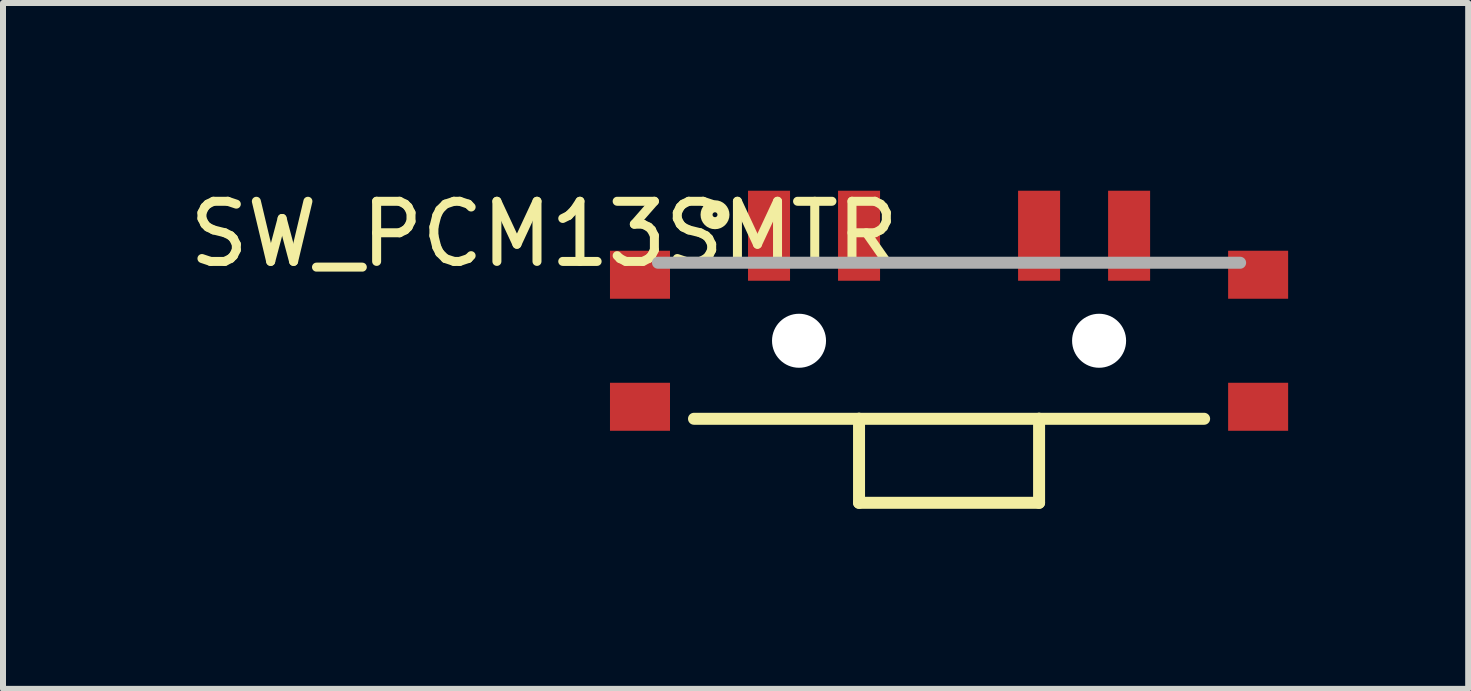
<source format=kicad_pcb>
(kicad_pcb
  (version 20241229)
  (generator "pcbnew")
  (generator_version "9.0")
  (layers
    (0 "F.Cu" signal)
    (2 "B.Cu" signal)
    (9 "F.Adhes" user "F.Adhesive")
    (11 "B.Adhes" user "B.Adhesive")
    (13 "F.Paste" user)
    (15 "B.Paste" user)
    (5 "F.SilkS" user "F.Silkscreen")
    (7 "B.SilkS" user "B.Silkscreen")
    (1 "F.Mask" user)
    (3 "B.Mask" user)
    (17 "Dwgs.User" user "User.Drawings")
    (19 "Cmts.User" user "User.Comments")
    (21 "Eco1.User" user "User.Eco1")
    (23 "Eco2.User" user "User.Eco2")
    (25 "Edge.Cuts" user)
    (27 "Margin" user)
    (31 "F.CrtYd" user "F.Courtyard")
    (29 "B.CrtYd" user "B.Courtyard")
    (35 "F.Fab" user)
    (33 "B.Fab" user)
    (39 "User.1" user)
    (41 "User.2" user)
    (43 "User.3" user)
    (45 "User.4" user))
  (footprint "SW_PCM13SMTR"
    (layer "F.Cu")
    (at 12.764 2.628)
    (property "Reference" "SW_PCM13SMTR" (at -6.747 -1.778 180) (layer "F.SilkS") (effects (font (size 1.002 1.002) (thickness 0.15))))
    (attr through_hole)
    (fp_line (start -1.5 1.3) (end -4.25 1.3) (stroke (width 0.2) (type solid)) (layer "F.SilkS"))
    (fp_line (start -1.5 1.3) (end -1.5 2.7) (stroke (width 0.2) (type solid)) (layer "F.SilkS"))
    (fp_line (start -1.5 2.7) (end 1.5 2.7) (stroke (width 0.2) (type solid)) (layer "F.SilkS"))
    (fp_line (start 1.5 1.3) (end -1.5 1.3) (stroke (width 0.2) (type solid)) (layer "F.SilkS"))
    (fp_line (start 1.5 2.7) (end 1.5 1.3) (stroke (width 0.2) (type solid)) (layer "F.SilkS"))
    (fp_line (start 4.25 1.3) (end 1.5 1.3) (stroke (width 0.2) (type solid)) (layer "F.SilkS"))
    (fp_circle (center -3.9 -2.1) (end -3.759 -2.1) (stroke (width 0.2) (type solid)) (fill no) (layer "F.SilkS"))
    (fp_line (start -4.85 -1.3) (end 4.85 -1.3) (stroke (width 0.2) (type solid)) (layer "F.Fab"))
    (pad "" np_thru_hole circle (at -2.5 0) (size 0.9 0.9) (drill 0.9) (layers "*.Cu" "*.Mask"))
    (pad "" np_thru_hole circle (at 2.5 0) (size 0.9 0.9) (drill 0.9) (layers "*.Cu" "*.Mask"))
    (pad "1" smd rect (at -3 -1.75 180) (size 0.7 1.5) (layers "F.Cu" "F.Mask" "F.Paste"))
    (pad "2" smd rect (at -1.5 -1.75 180) (size 0.7 1.5) (layers "F.Cu" "F.Mask" "F.Paste"))
    (pad "3" smd rect (at 1.5 -1.75 180) (size 0.7 1.5) (layers "F.Cu" "F.Mask" "F.Paste"))
    (pad "4" smd rect (at 3 -1.75 180) (size 0.7 1.5) (layers "F.Cu" "F.Mask" "F.Paste"))
    (pad "P$1" smd rect (at -5.15 -1.1) (size 1 0.8) (layers "F.Cu" "F.Mask" "F.Paste"))
    (pad "P$2" smd rect (at -5.15 1.1) (size 1 0.8) (layers "F.Cu" "F.Mask" "F.Paste"))
    (pad "P$3" smd rect (at 5.15 -1.1) (size 1 0.8) (layers "F.Cu" "F.Mask" "F.Paste"))
    (pad "P$4" smd rect (at 5.15 1.1) (size 1 0.8) (layers "F.Cu" "F.Mask" "F.Paste")))
  (gr_rect
    (start -3 -3)
    (end 21.414 8.428)
    (stroke (width 0.1) (type default))
    (fill no)
    (layer "Edge.Cuts")))
</source>
